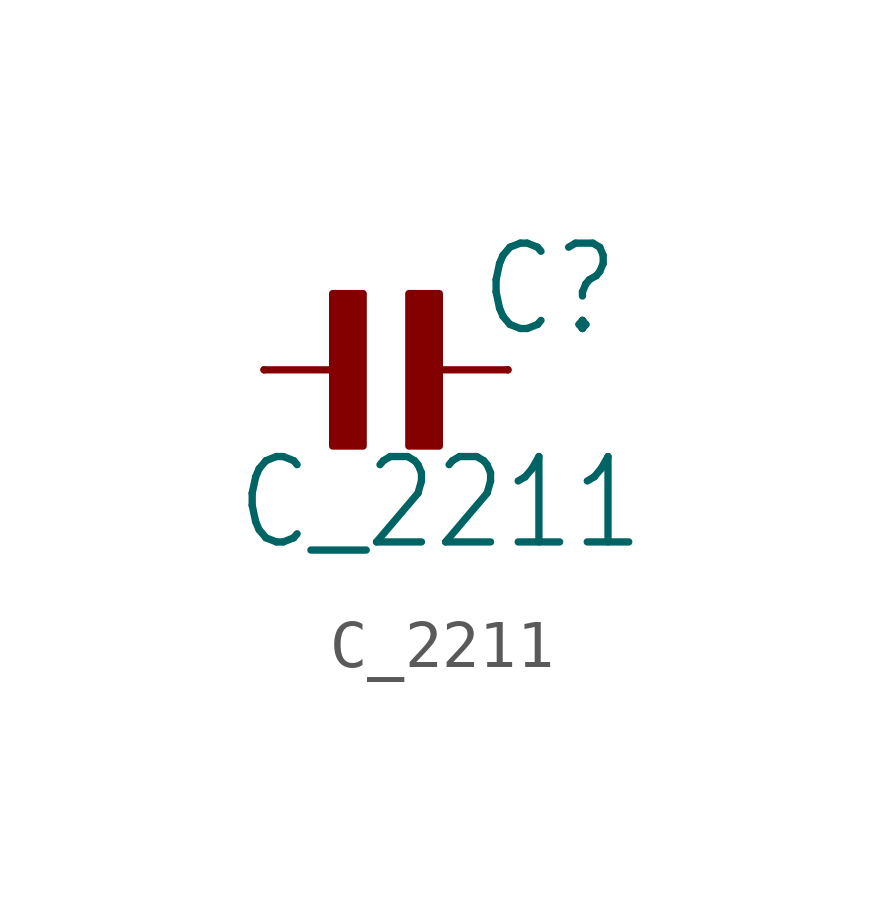
<source format=kicad_sym>
(kicad_symbol_lib
  (version 20211014)
  (generator kicad_symbol_editor)
  (symbol "C_2211"
    (property "Reference" "C"
      (at 1.905 0.635 0)
      (effects (font (size 1.778 1.511)) (justify left bottom)))
    (property "Value" "C_2211"
      (at -3.175 -3.81 0)
      (effects (font (size 1.778 1.511)) (justify left bottom)))
    (property "ki_locked" ""
      (at 0 0 0)
      (effects (font (size 1.27 1.27))))
    (symbol "C_2211_1_0"
      (rectangle (start -1.111 -1.587) (end -0.476 1.587) (stroke (width 0) (type default) (color 0 0 0 0)) (fill (type outline)))
      (polyline (pts (xy -2.54 0) (xy -0.635 0)) (stroke (width 0.152) (type default) (color 0 0 0 0)) (fill (type none)))
      (polyline (pts (xy 2.54 0) (xy 0.635 0)) (stroke (width 0.152) (type default) (color 0 0 0 0)) (fill (type none)))
      (rectangle (start 0.476 -1.587) (end 1.111 1.587) (stroke (width 0) (type default) (color 0 0 0 0)) (fill (type outline)))
      (pin passive line (at -2.54 0 0) (length 0) (name "1" (effects (font (size 0 0)))) (number "1" (effects (font (size 0 0)))))
      (pin passive line (at 2.54 0 180) (length 0) (name "2" (effects (font (size 0 0)))) (number "2" (effects (font (size 0 0))))))))
</source>
